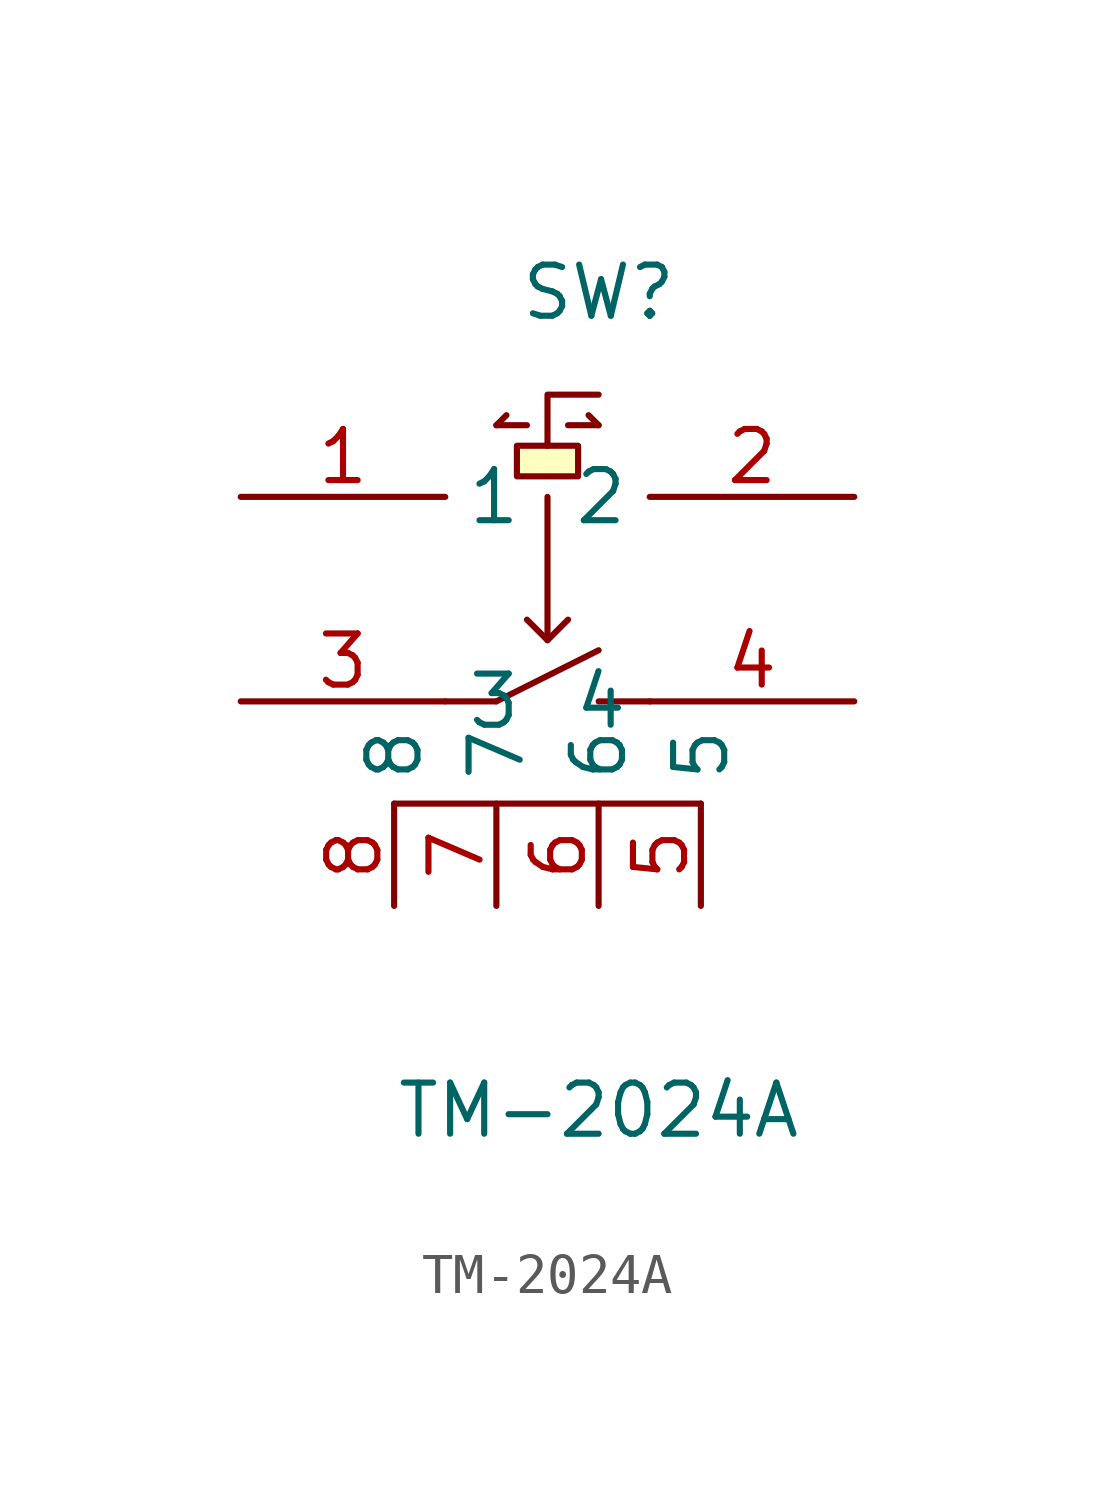
<source format=kicad_sym>
(kicad_symbol_lib
  (version 20220914)
  (generator kicad_symbol_editor)
  (symbol "TM-2024A"
    (property "Reference" "SW"
      (at 0 10.16 0)
      (effects (font (size 1.27 1.27))))
    (property "Value" "TM-2024A"
      (at 0 -10.16 0)
      (effects (font (size 1.27 1.27))))
    (symbol "TM-2024A_0_1"
      (rectangle (start -2.03 6.35) (end -0.51 5.59) (stroke (width 0) (type default)) (fill (type background)))
      (polyline (pts (xy -2.54 0) (xy -3.81 0)) (stroke (width 0) (type default)) (fill (type none)))
      (polyline (pts (xy -2.54 0) (xy 0 1.27)) (stroke (width 0) (type default)) (fill (type none)))
      (polyline (pts (xy -2.54 6.86) (xy -2.29 7.11)) (stroke (width 0) (type default)) (fill (type none)))
      (polyline (pts (xy -1.78 6.86) (xy -2.54 6.86)) (stroke (width 0) (type default)) (fill (type none)))
      (polyline (pts (xy -1.27 5.08) (xy -1.27 1.52)) (stroke (width 0) (type default)) (fill (type none)))
      (polyline (pts (xy -0.76 6.86) (xy 0 6.86)) (stroke (width 0) (type default)) (fill (type none)))
      (polyline (pts (xy -0.25 7.11) (xy 0 6.86)) (stroke (width 0) (type default)) (fill (type none)))
      (polyline (pts (xy 1.27 0) (xy 0 0)) (stroke (width 0) (type default)) (fill (type none)))
      (polyline (pts (xy 2.54 -2.54) (xy -5.08 -2.54)) (stroke (width 0) (type default)) (fill (type none)))
      (polyline (pts (xy -1.78 2.03) (xy -1.27 1.52) (xy -0.76 2.03)) (stroke (width 0) (type default)) (fill (type none)))
      (polyline (pts (xy -1.27 6.35) (xy -1.27 7.62) (xy 0 7.62) (xy 0 7.62)) (stroke (width 0) (type default)) (fill (type none)))
      (pin unspecified line (at -8.89 5.08 0) (length 5.08) (name "1" (effects (font (size 1.27 1.27)))) (number "1" (effects (font (size 1.27 1.27)))))
      (pin unspecified line (at 6.35 5.08 180) (length 5.08) (name "2" (effects (font (size 1.27 1.27)))) (number "2" (effects (font (size 1.27 1.27)))))
      (pin unspecified line (at -8.89 0 0) (length 5.08) (name "3" (effects (font (size 1.27 1.27)))) (number "3" (effects (font (size 1.27 1.27)))))
      (pin unspecified line (at 6.35 0 180) (length 5.08) (name "4" (effects (font (size 1.27 1.27)))) (number "4" (effects (font (size 1.27 1.27)))))
      (pin unspecified line (at 2.54 -5.08 90) (length 2.54) (name "5" (effects (font (size 1.27 1.27)))) (number "5" (effects (font (size 1.27 1.27)))))
      (pin unspecified line (at 0 -5.08 90) (length 2.54) (name "6" (effects (font (size 1.27 1.27)))) (number "6" (effects (font (size 1.27 1.27)))))
      (pin unspecified line (at -2.54 -5.08 90) (length 2.54) (name "7" (effects (font (size 1.27 1.27)))) (number "7" (effects (font (size 1.27 1.27)))))
      (pin unspecified line (at -5.08 -5.08 90) (length 2.54) (name "8" (effects (font (size 1.27 1.27)))) (number "8" (effects (font (size 1.27 1.27))))))))
</source>
